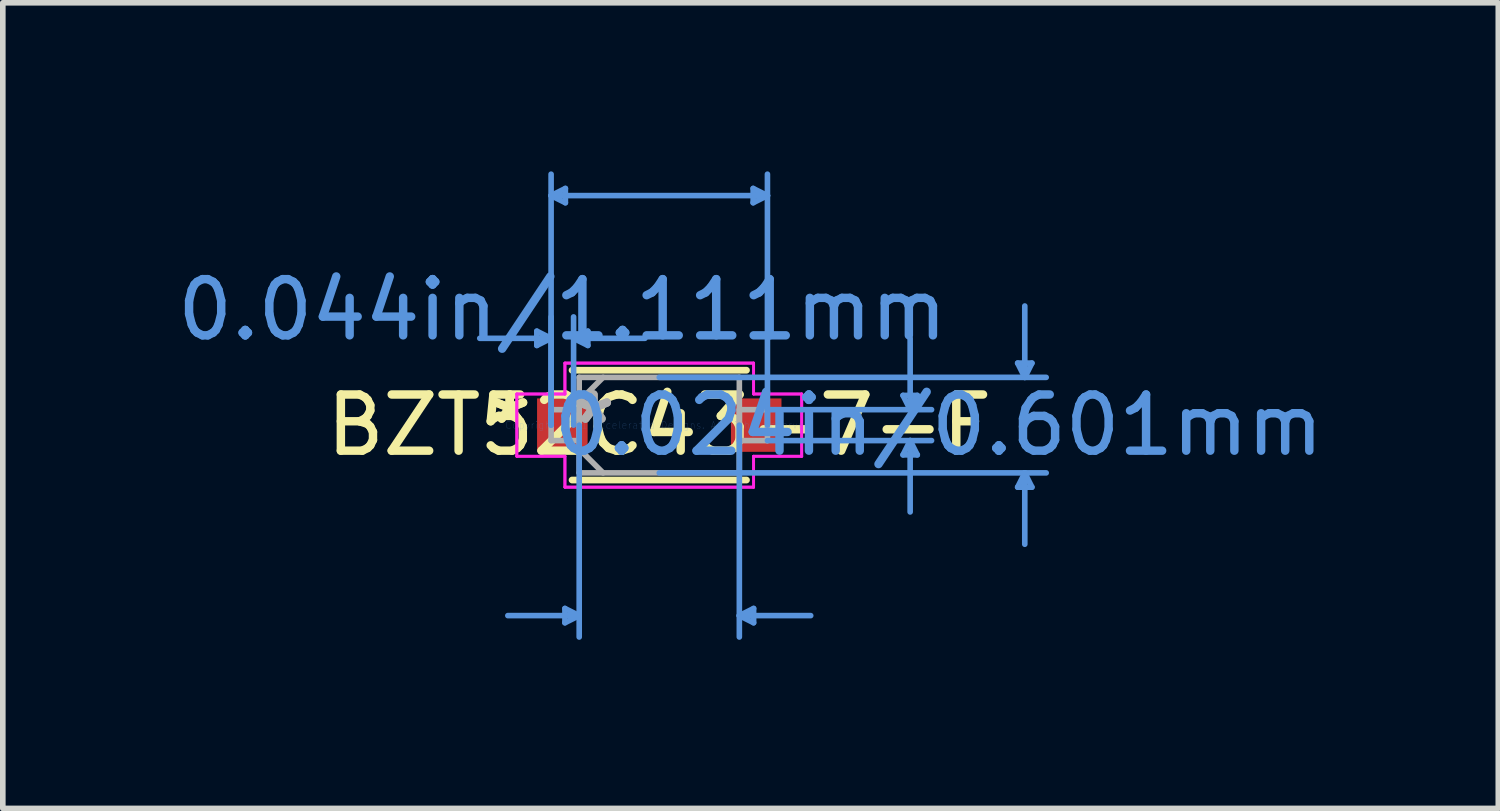
<source format=kicad_pcb>
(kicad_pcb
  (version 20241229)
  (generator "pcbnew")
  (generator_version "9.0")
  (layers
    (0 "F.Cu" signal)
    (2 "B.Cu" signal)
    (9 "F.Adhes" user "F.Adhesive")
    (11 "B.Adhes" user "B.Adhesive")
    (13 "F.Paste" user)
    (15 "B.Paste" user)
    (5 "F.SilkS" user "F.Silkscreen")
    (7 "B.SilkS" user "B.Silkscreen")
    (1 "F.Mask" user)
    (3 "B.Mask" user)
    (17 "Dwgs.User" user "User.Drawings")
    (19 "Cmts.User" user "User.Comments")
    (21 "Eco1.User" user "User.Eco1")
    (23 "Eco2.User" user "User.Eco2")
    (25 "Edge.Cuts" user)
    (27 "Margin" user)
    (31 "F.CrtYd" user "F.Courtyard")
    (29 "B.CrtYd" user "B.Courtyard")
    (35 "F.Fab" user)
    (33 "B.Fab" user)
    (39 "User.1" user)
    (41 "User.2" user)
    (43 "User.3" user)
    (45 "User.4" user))
  (footprint "BZT52C43-7-F"
    (layer "F.Cu")
    (at 8.683 4.516)
    (property "Reference" "BZT52C43-7-F" (at 0 0 0) (layer "F.SilkS") (effects (font (size 1 1) (thickness 0.15))))
    (attr through_hole)
    (fp_line (start -1.552 0.977) (end 1.552 0.977) (stroke (width 0.12) (type solid)) (layer "F.SilkS"))
    (fp_line (start 1.552 -0.977) (end -1.552 -0.977) (stroke (width 0.12) (type solid)) (layer "F.SilkS"))
    (fp_line (start -2.179 -1.672) (end -2.179 -1.418) (stroke (width 0.1) (type solid)) (layer "Cmts.User"))
    (fp_line (start -1.925 -4.085) (end -1.671 -4.212) (stroke (width 0.1) (type solid)) (layer "Cmts.User"))
    (fp_line (start -1.925 -4.085) (end -1.671 -3.958) (stroke (width 0.1) (type solid)) (layer "Cmts.User"))
    (fp_line (start -1.925 -4.085) (end 1.925 -4.085) (stroke (width 0.1) (type solid)) (layer "Cmts.User"))
    (fp_line (start -1.925 -1.545) (end -3.195 -1.545) (stroke (width 0.1) (type solid)) (layer "Cmts.User"))
    (fp_line (start -1.925 -1.545) (end -2.179 -1.672) (stroke (width 0.1) (type solid)) (layer "Cmts.User"))
    (fp_line (start -1.925 -1.545) (end -2.179 -1.418) (stroke (width 0.1) (type solid)) (layer "Cmts.User"))
    (fp_line (start -1.925 0) (end -1.925 -4.466) (stroke (width 0.1) (type solid)) (layer "Cmts.User"))
    (fp_line (start -1.925 0) (end -1.925 -1.926) (stroke (width 0.1) (type solid)) (layer "Cmts.User"))
    (fp_line (start -1.679 3.263) (end -1.679 3.517) (stroke (width 0.1) (type solid)) (layer "Cmts.User"))
    (fp_line (start -1.671 -4.212) (end -1.671 -3.958) (stroke (width 0.1) (type solid)) (layer "Cmts.User"))
    (fp_line (start -1.525 -1.545) (end -1.271 -1.672) (stroke (width 0.1) (type solid)) (layer "Cmts.User"))
    (fp_line (start -1.525 -1.545) (end -1.271 -1.418) (stroke (width 0.1) (type solid)) (layer "Cmts.User"))
    (fp_line (start -1.525 -1.545) (end -0.255 -1.545) (stroke (width 0.1) (type solid)) (layer "Cmts.User"))
    (fp_line (start -1.525 0) (end -1.525 -1.926) (stroke (width 0.1) (type solid)) (layer "Cmts.User"))
    (fp_line (start -1.425 0) (end -1.425 3.771) (stroke (width 0.1) (type solid)) (layer "Cmts.User"))
    (fp_line (start -1.425 3.39) (end -2.695 3.39) (stroke (width 0.1) (type solid)) (layer "Cmts.User"))
    (fp_line (start -1.425 3.39) (end -1.679 3.263) (stroke (width 0.1) (type solid)) (layer "Cmts.User"))
    (fp_line (start -1.425 3.39) (end -1.679 3.517) (stroke (width 0.1) (type solid)) (layer "Cmts.User"))
    (fp_line (start -1.271 -1.672) (end -1.271 -1.418) (stroke (width 0.1) (type solid)) (layer "Cmts.User"))
    (fp_line (start 0 -0.85) (end 6.886 -0.85) (stroke (width 0.1) (type solid)) (layer "Cmts.User"))
    (fp_line (start 0 0.85) (end 6.886 0.85) (stroke (width 0.1) (type solid)) (layer "Cmts.User"))
    (fp_line (start 1.425 0) (end 1.425 3.771) (stroke (width 0.1) (type solid)) (layer "Cmts.User"))
    (fp_line (start 1.425 3.39) (end 1.679 3.263) (stroke (width 0.1) (type solid)) (layer "Cmts.User"))
    (fp_line (start 1.425 3.39) (end 1.679 3.517) (stroke (width 0.1) (type solid)) (layer "Cmts.User"))
    (fp_line (start 1.425 3.39) (end 2.695 3.39) (stroke (width 0.1) (type solid)) (layer "Cmts.User"))
    (fp_line (start 1.671 -4.212) (end 1.671 -3.958) (stroke (width 0.1) (type solid)) (layer "Cmts.User"))
    (fp_line (start 1.679 3.263) (end 1.679 3.517) (stroke (width 0.1) (type solid)) (layer "Cmts.User"))
    (fp_line (start 1.925 -4.085) (end 1.671 -4.212) (stroke (width 0.1) (type solid)) (layer "Cmts.User"))
    (fp_line (start 1.925 -4.085) (end 1.671 -3.958) (stroke (width 0.1) (type solid)) (layer "Cmts.User"))
    (fp_line (start 1.925 -0.275) (end 4.846 -0.275) (stroke (width 0.1) (type solid)) (layer "Cmts.User"))
    (fp_line (start 1.925 0) (end 1.925 -4.466) (stroke (width 0.1) (type solid)) (layer "Cmts.User"))
    (fp_line (start 1.925 0.275) (end 4.846 0.275) (stroke (width 0.1) (type solid)) (layer "Cmts.User"))
    (fp_line (start 4.338 -0.529) (end 4.592 -0.529) (stroke (width 0.1) (type solid)) (layer "Cmts.User"))
    (fp_line (start 4.338 0.529) (end 4.592 0.529) (stroke (width 0.1) (type solid)) (layer "Cmts.User"))
    (fp_line (start 4.465 -0.275) (end 4.338 -0.529) (stroke (width 0.1) (type solid)) (layer "Cmts.User"))
    (fp_line (start 4.465 -0.275) (end 4.465 -1.545) (stroke (width 0.1) (type solid)) (layer "Cmts.User"))
    (fp_line (start 4.465 -0.275) (end 4.592 -0.529) (stroke (width 0.1) (type solid)) (layer "Cmts.User"))
    (fp_line (start 4.465 0.275) (end 4.338 0.529) (stroke (width 0.1) (type solid)) (layer "Cmts.User"))
    (fp_line (start 4.465 0.275) (end 4.465 1.545) (stroke (width 0.1) (type solid)) (layer "Cmts.User"))
    (fp_line (start 4.465 0.275) (end 4.592 0.529) (stroke (width 0.1) (type solid)) (layer "Cmts.User"))
    (fp_line (start 6.378 -1.104) (end 6.632 -1.104) (stroke (width 0.1) (type solid)) (layer "Cmts.User"))
    (fp_line (start 6.378 1.104) (end 6.632 1.104) (stroke (width 0.1) (type solid)) (layer "Cmts.User"))
    (fp_line (start 6.505 -0.85) (end 6.378 -1.104) (stroke (width 0.1) (type solid)) (layer "Cmts.User"))
    (fp_line (start 6.505 -0.85) (end 6.505 -2.12) (stroke (width 0.1) (type solid)) (layer "Cmts.User"))
    (fp_line (start 6.505 -0.85) (end 6.632 -1.104) (stroke (width 0.1) (type solid)) (layer "Cmts.User"))
    (fp_line (start 6.505 0.85) (end 6.378 1.104) (stroke (width 0.1) (type solid)) (layer "Cmts.User"))
    (fp_line (start 6.505 0.85) (end 6.505 2.12) (stroke (width 0.1) (type solid)) (layer "Cmts.User"))
    (fp_line (start 6.505 0.85) (end 6.632 1.104) (stroke (width 0.1) (type solid)) (layer "Cmts.User"))
    (fp_line (start -2.535 -0.554) (end -1.679 -0.554) (stroke (width 0.05) (type solid)) (layer "F.CrtYd"))
    (fp_line (start -2.535 -0.554) (end -1.679 -0.554) (stroke (width 0.05) (type solid)) (layer "F.CrtYd"))
    (fp_line (start -2.535 0.554) (end -2.535 -0.554) (stroke (width 0.05) (type solid)) (layer "F.CrtYd"))
    (fp_line (start -2.535 0.554) (end -2.535 -0.554) (stroke (width 0.05) (type solid)) (layer "F.CrtYd"))
    (fp_line (start -1.679 -1.104) (end 1.679 -1.104) (stroke (width 0.05) (type solid)) (layer "F.CrtYd"))
    (fp_line (start -1.679 -1.104) (end 1.679 -1.104) (stroke (width 0.05) (type solid)) (layer "F.CrtYd"))
    (fp_line (start -1.679 -0.554) (end -1.679 -1.104) (stroke (width 0.05) (type solid)) (layer "F.CrtYd"))
    (fp_line (start -1.679 -0.554) (end -1.679 -1.104) (stroke (width 0.05) (type solid)) (layer "F.CrtYd"))
    (fp_line (start -1.679 0.554) (end -2.535 0.554) (stroke (width 0.05) (type solid)) (layer "F.CrtYd"))
    (fp_line (start -1.679 0.554) (end -2.535 0.554) (stroke (width 0.05) (type solid)) (layer "F.CrtYd"))
    (fp_line (start -1.679 1.104) (end -1.679 0.554) (stroke (width 0.05) (type solid)) (layer "F.CrtYd"))
    (fp_line (start -1.679 1.104) (end -1.679 0.554) (stroke (width 0.05) (type solid)) (layer "F.CrtYd"))
    (fp_line (start 1.679 -1.104) (end 1.679 -0.554) (stroke (width 0.05) (type solid)) (layer "F.CrtYd"))
    (fp_line (start 1.679 -1.104) (end 1.679 -0.554) (stroke (width 0.05) (type solid)) (layer "F.CrtYd"))
    (fp_line (start 1.679 -0.554) (end 2.535 -0.554) (stroke (width 0.05) (type solid)) (layer "F.CrtYd"))
    (fp_line (start 1.679 -0.554) (end 2.535 -0.554) (stroke (width 0.05) (type solid)) (layer "F.CrtYd"))
    (fp_line (start 1.679 0.554) (end 1.679 1.104) (stroke (width 0.05) (type solid)) (layer "F.CrtYd"))
    (fp_line (start 1.679 0.554) (end 1.679 1.104) (stroke (width 0.05) (type solid)) (layer "F.CrtYd"))
    (fp_line (start 1.679 1.104) (end -1.679 1.104) (stroke (width 0.05) (type solid)) (layer "F.CrtYd"))
    (fp_line (start 1.679 1.104) (end -1.679 1.104) (stroke (width 0.05) (type solid)) (layer "F.CrtYd"))
    (fp_line (start 2.535 -0.554) (end 2.535 0.554) (stroke (width 0.05) (type solid)) (layer "F.CrtYd"))
    (fp_line (start 2.535 -0.554) (end 2.535 0.554) (stroke (width 0.05) (type solid)) (layer "F.CrtYd"))
    (fp_line (start 2.535 0.554) (end 1.679 0.554) (stroke (width 0.05) (type solid)) (layer "F.CrtYd"))
    (fp_line (start 2.535 0.554) (end 1.679 0.554) (stroke (width 0.05) (type solid)) (layer "F.CrtYd"))
    (fp_line (start -1.925 -0.275) (end -1.925 0.275) (stroke (width 0.1) (type solid)) (layer "F.Fab"))
    (fp_line (start -1.925 0.275) (end -1.425 0.275) (stroke (width 0.1) (type solid)) (layer "F.Fab"))
    (fp_line (start -1.425 -0.85) (end -1.425 0.85) (stroke (width 0.1) (type solid)) (layer "F.Fab"))
    (fp_line (start -1.425 -0.425) (end -1 -0.85) (stroke (width 0.1) (type solid)) (layer "F.Fab"))
    (fp_line (start -1.425 -0.275) (end -1.925 -0.275) (stroke (width 0.1) (type solid)) (layer "F.Fab"))
    (fp_line (start -1.425 0.275) (end -1.425 -0.275) (stroke (width 0.1) (type solid)) (layer "F.Fab"))
    (fp_line (start -1.425 0.425) (end -1 0.85) (stroke (width 0.1) (type solid)) (layer "F.Fab"))
    (fp_line (start -1.425 0.85) (end 1.425 0.85) (stroke (width 0.1) (type solid)) (layer "F.Fab"))
    (fp_line (start 1.425 -0.85) (end -1.425 -0.85) (stroke (width 0.1) (type solid)) (layer "F.Fab"))
    (fp_line (start 1.425 -0.275) (end 1.425 0.275) (stroke (width 0.1) (type solid)) (layer "F.Fab"))
    (fp_line (start 1.425 0.275) (end 1.925 0.275) (stroke (width 0.1) (type solid)) (layer "F.Fab"))
    (fp_line (start 1.425 0.85) (end 1.425 -0.85) (stroke (width 0.1) (type solid)) (layer "F.Fab"))
    (fp_line (start 1.925 -0.275) (end 1.425 -0.275) (stroke (width 0.1) (type solid)) (layer "F.Fab"))
    (fp_line (start 1.925 0.275) (end 1.925 -0.275) (stroke (width 0.1) (type solid)) (layer "F.Fab"))
    (fp_text user "*" (at -2.662 0 0) (layer "F.SilkS") (effects (font (size 1 1) (thickness 0.15))))
    (fp_text user "*" (at -2.662 0 0) (layer "F.SilkS") (effects (font (size 1 1) (thickness 0.15))))
    (fp_text user "0.044in/1.111mm" (at -1.725 -2.053 0) (layer "Cmts.User") (effects (font (size 1 1) (thickness 0.15))))
    (fp_text user "Copyright 2021 Accelerated Designs. All rights reserved." (at 0 0 0) (layer "Cmts.User") (effects (font (size 0.127 0.127) (thickness 0.002))))
    (fp_text user "0.024in/0.601mm" (at 4.973 0 0) (layer "Cmts.User") (effects (font (size 1 1) (thickness 0.15))))
    (fp_text user "*" (at -1.171 0 0) (layer "F.Fab") (effects (font (size 1 1) (thickness 0.15))))
    (fp_text user "*" (at -1.171 0 0) (layer "F.Fab") (effects (font (size 1 1) (thickness 0.15))))
    (pad "1" smd rect (at -1.725 0) (size 0.9 0.95) (layers "F.Cu" "F.Mask" "F.Paste"))
    (pad "2" smd rect (at 1.725 0) (size 0.9 0.95) (layers "F.Cu" "F.Mask" "F.Paste")))
  (gr_rect
    (start -3 -3)
    (end 23.615 11.337)
    (stroke (width 0.1) (type default))
    (fill no)
    (layer "Edge.Cuts")))
</source>
